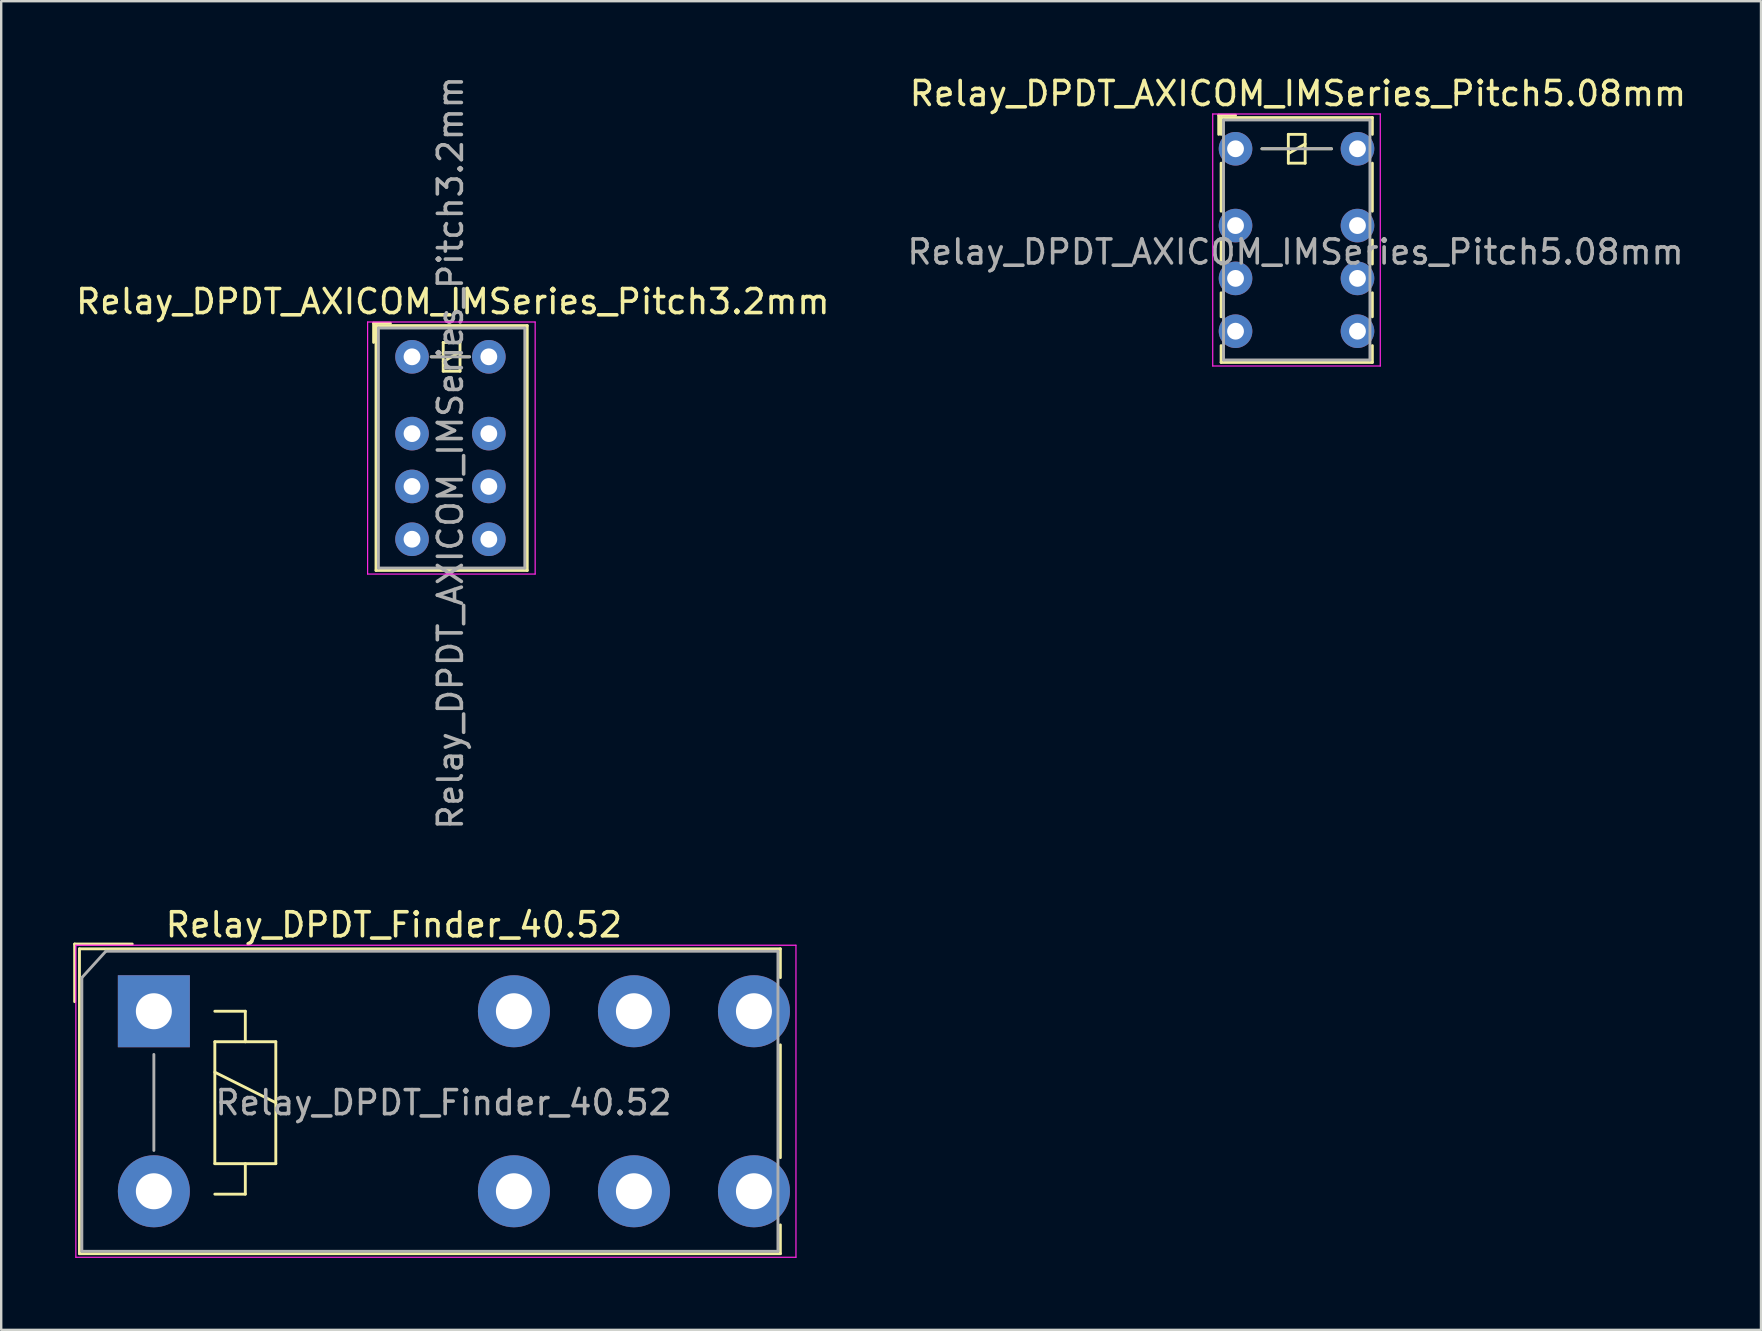
<source format=kicad_pcb>
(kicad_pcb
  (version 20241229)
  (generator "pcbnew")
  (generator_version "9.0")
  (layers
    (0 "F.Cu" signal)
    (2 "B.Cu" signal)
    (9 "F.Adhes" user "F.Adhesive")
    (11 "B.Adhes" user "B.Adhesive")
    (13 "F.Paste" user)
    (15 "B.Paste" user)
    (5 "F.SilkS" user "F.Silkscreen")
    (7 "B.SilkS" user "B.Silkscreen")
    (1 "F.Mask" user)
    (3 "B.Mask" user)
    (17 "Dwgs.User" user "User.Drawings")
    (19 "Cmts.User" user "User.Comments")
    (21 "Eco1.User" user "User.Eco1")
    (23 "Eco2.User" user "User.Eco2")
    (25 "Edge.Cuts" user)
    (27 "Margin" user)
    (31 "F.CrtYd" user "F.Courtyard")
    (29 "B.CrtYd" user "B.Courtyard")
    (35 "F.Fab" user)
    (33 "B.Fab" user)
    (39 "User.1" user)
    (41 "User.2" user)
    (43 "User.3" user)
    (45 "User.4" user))
  (footprint "Relay_DPDT_Finder_40.52"
    (layer "F.Cu")
    (at 3.36 39.079)
    (property "Reference" "Relay_DPDT_Finder_40.52" (at 10 -3.6 0) (layer "F.SilkS") (effects (font (size 1 1) (thickness 0.15))))
    (attr through_hole)
    (fp_line (start -3.3 -0.4) (end -3.3 -2.8) (stroke (width 0.12) (type solid)) (layer "F.SilkS"))
    (fp_line (start -3.1 -2.6) (end 26.1 -2.6) (stroke (width 0.12) (type solid)) (layer "F.SilkS"))
    (fp_line (start -3.1 10.1) (end -3.1 -2.6) (stroke (width 0.12) (type solid)) (layer "F.SilkS"))
    (fp_line (start -0.9 -2.8) (end -3.3 -2.8) (stroke (width 0.12) (type solid)) (layer "F.SilkS"))
    (fp_line (start 2.54 0) (end 3.81 0) (stroke (width 0.12) (type solid)) (layer "F.SilkS"))
    (fp_line (start 2.54 1.27) (end 3.81 1.27) (stroke (width 0.12) (type solid)) (layer "F.SilkS"))
    (fp_line (start 2.54 2.54) (end 5.08 3.81) (stroke (width 0.12) (type solid)) (layer "F.SilkS"))
    (fp_line (start 2.54 6.35) (end 2.54 1.27) (stroke (width 0.12) (type solid)) (layer "F.SilkS"))
    (fp_line (start 3.81 0) (end 3.81 1.27) (stroke (width 0.12) (type solid)) (layer "F.SilkS"))
    (fp_line (start 3.81 1.27) (end 5.08 1.27) (stroke (width 0.12) (type solid)) (layer "F.SilkS"))
    (fp_line (start 3.81 6.35) (end 3.81 7.62) (stroke (width 0.12) (type solid)) (layer "F.SilkS"))
    (fp_line (start 3.81 7.62) (end 2.54 7.62) (stroke (width 0.12) (type solid)) (layer "F.SilkS"))
    (fp_line (start 5.08 1.27) (end 5.08 6.35) (stroke (width 0.12) (type solid)) (layer "F.SilkS"))
    (fp_line (start 5.08 6.35) (end 2.54 6.35) (stroke (width 0.12) (type solid)) (layer "F.SilkS"))
    (fp_line (start 26.1 -2.6) (end 26.1 -1.4) (stroke (width 0.12) (type solid)) (layer "F.SilkS"))
    (fp_line (start 26.1 1.4) (end 26.1 6.1) (stroke (width 0.12) (type solid)) (layer "F.SilkS"))
    (fp_line (start 26.1 8.9) (end 26.1 10.1) (stroke (width 0.12) (type solid)) (layer "F.SilkS"))
    (fp_line (start 26.1 10.1) (end -3.1 10.1) (stroke (width 0.12) (type solid)) (layer "F.SilkS"))
    (fp_line (start -3.25 -2.75) (end -3.25 10.25) (stroke (width 0.05) (type solid)) (layer "F.CrtYd"))
    (fp_line (start -3.25 -2.75) (end 26.75 -2.75) (stroke (width 0.05) (type solid)) (layer "F.CrtYd"))
    (fp_line (start 26.75 10.25) (end -3.25 10.25) (stroke (width 0.05) (type solid)) (layer "F.CrtYd"))
    (fp_line (start 26.75 10.25) (end 26.75 -2.75) (stroke (width 0.05) (type solid)) (layer "F.CrtYd"))
    (fp_line (start -3 -1.4) (end -3 10) (stroke (width 0.12) (type solid)) (layer "F.Fab"))
    (fp_line (start -3 10) (end 26 10) (stroke (width 0.12) (type solid)) (layer "F.Fab"))
    (fp_line (start -2 -2.5) (end -3 -1.4) (stroke (width 0.12) (type solid)) (layer "F.Fab"))
    (fp_line (start 0 1.8) (end 0 5.8) (stroke (width 0.12) (type solid)) (layer "F.Fab"))
    (fp_line (start 26 -2.5) (end -2 -2.5) (stroke (width 0.12) (type solid)) (layer "F.Fab"))
    (fp_line (start 26 10) (end 26 -2.5) (stroke (width 0.12) (type solid)) (layer "F.Fab"))
    (fp_text user "${REFERENCE}" (at 12.065 3.81 0) (layer "F.Fab") (effects (font (size 1 1) (thickness 0.15))))
    (pad "11" thru_hole circle (at 20 0) (size 3 3) (drill 1.5) (layers "*.Cu" "*.Mask"))
    (pad "12" thru_hole circle (at 15 0) (size 3 3) (drill 1.5) (layers "*.Cu" "*.Mask"))
    (pad "14" thru_hole circle (at 25 0) (size 3 3) (drill 1.5) (layers "*.Cu" "*.Mask"))
    (pad "21" thru_hole circle (at 20 7.5) (size 3 3) (drill 1.5) (layers "*.Cu" "*.Mask"))
    (pad "22" thru_hole circle (at 15 7.5) (size 3 3) (drill 1.5) (layers "*.Cu" "*.Mask"))
    (pad "24" thru_hole circle (at 25 7.5) (size 3 3) (drill 1.5) (layers "*.Cu" "*.Mask"))
    (pad "A1" thru_hole rect (at 0 0) (size 3 3) (drill 1.5) (layers "*.Cu" "*.Mask"))
    (pad "A2" thru_hole circle (at 0 7.5) (size 3 3) (drill 1.5) (layers "*.Cu" "*.Mask")))
  (footprint "Relay_DPDT_AXICOM_IMSeries_Pitch5.08mm"
    (layer "F.Cu")
    (at 48.423 3.148)
    (property "Reference" "Relay_DPDT_AXICOM_IMSeries_Pitch5.08mm" (at 2.6 -2.3 0) (layer "F.SilkS") (effects (font (size 1 1) (thickness 0.15))))
    (attr through_hole)
    (fp_line (start -0.7 -1.4) (end 0 -1.4) (stroke (width 0.12) (type solid)) (layer "F.SilkS"))
    (fp_line (start -0.7 -0.6) (end -0.7 -1.4) (stroke (width 0.12) (type solid)) (layer "F.SilkS"))
    (fp_line (start -0.6 -1.3) (end 5.7 -1.3) (stroke (width 0.12) (type solid)) (layer "F.SilkS"))
    (fp_line (start -0.6 -0.6) (end -0.6 -1.3) (stroke (width 0.12) (type solid)) (layer "F.SilkS"))
    (fp_line (start -0.6 2.6) (end -0.6 0.6) (stroke (width 0.12) (type solid)) (layer "F.SilkS"))
    (fp_line (start -0.6 4.8) (end -0.6 3.8) (stroke (width 0.12) (type solid)) (layer "F.SilkS"))
    (fp_line (start -0.6 7) (end -0.6 6) (stroke (width 0.12) (type solid)) (layer "F.SilkS"))
    (fp_line (start -0.6 8.2) (end -0.6 8.9) (stroke (width 0.12) (type solid)) (layer "F.SilkS"))
    (fp_line (start 2.2 -0.6) (end 2.2 0.6) (stroke (width 0.12) (type solid)) (layer "F.SilkS"))
    (fp_line (start 2.2 0) (end 1.1 0) (stroke (width 0.12) (type solid)) (layer "F.SilkS"))
    (fp_line (start 2.2 0.2) (end 2.9 -0.2) (stroke (width 0.12) (type solid)) (layer "F.SilkS"))
    (fp_line (start 2.2 0.6) (end 2.9 0.6) (stroke (width 0.12) (type solid)) (layer "F.SilkS"))
    (fp_line (start 2.9 -0.6) (end 2.2 -0.6) (stroke (width 0.12) (type solid)) (layer "F.SilkS"))
    (fp_line (start 2.9 0) (end 4 0) (stroke (width 0.12) (type solid)) (layer "F.SilkS"))
    (fp_line (start 2.9 0.6) (end 2.9 -0.6) (stroke (width 0.12) (type solid)) (layer "F.SilkS"))
    (fp_line (start 5.7 -1.3) (end 5.7 -0.6) (stroke (width 0.12) (type solid)) (layer "F.SilkS"))
    (fp_line (start 5.7 0.6) (end 5.7 2.6) (stroke (width 0.12) (type solid)) (layer "F.SilkS"))
    (fp_line (start 5.7 3.8) (end 5.7 4.8) (stroke (width 0.12) (type solid)) (layer "F.SilkS"))
    (fp_line (start 5.7 6) (end 5.7 7) (stroke (width 0.12) (type solid)) (layer "F.SilkS"))
    (fp_line (start 5.7 8.2) (end 5.7 8.9) (stroke (width 0.12) (type solid)) (layer "F.SilkS"))
    (fp_line (start 5.7 8.9) (end -0.6 8.9) (stroke (width 0.12) (type solid)) (layer "F.SilkS"))
    (fp_line (start -0.95 -1.45) (end -0.95 9.05) (stroke (width 0.05) (type solid)) (layer "F.CrtYd"))
    (fp_line (start -0.95 -1.45) (end 6.03 -1.45) (stroke (width 0.05) (type solid)) (layer "F.CrtYd"))
    (fp_line (start 6.03 9.05) (end -0.95 9.05) (stroke (width 0.05) (type solid)) (layer "F.CrtYd"))
    (fp_line (start 6.03 9.05) (end 6.03 -1.45) (stroke (width 0.05) (type solid)) (layer "F.CrtYd"))
    (fp_line (start -0.5 -1.2) (end -0.5 8.8) (stroke (width 0.12) (type solid)) (layer "F.Fab"))
    (fp_line (start -0.5 8.8) (end 5.6 8.8) (stroke (width 0.12) (type solid)) (layer "F.Fab"))
    (fp_line (start 1.1 0) (end 4 0) (stroke (width 0.12) (type solid)) (layer "F.Fab"))
    (fp_line (start 5.6 -1.2) (end -0.5 -1.2) (stroke (width 0.12) (type solid)) (layer "F.Fab"))
    (fp_line (start 5.6 8.8) (end 5.6 -1.2) (stroke (width 0.12) (type solid)) (layer "F.Fab"))
    (fp_text user "${REFERENCE}" (at 2.5 4.3 0) (layer "F.Fab") (effects (font (size 1 1) (thickness 0.15))))
    (pad "1" thru_hole circle (at 0 0) (size 1.4 1.4) (drill 0.7) (layers "*.Cu" "*.Mask"))
    (pad "2" thru_hole circle (at 0 3.2) (size 1.4 1.4) (drill 0.7) (layers "*.Cu" "*.Mask"))
    (pad "3" thru_hole circle (at 0 5.4) (size 1.4 1.4) (drill 0.7) (layers "*.Cu" "*.Mask"))
    (pad "4" thru_hole circle (at 0 7.6) (size 1.4 1.4) (drill 0.7) (layers "*.Cu" "*.Mask"))
    (pad "5" thru_hole circle (at 5.08 7.6) (size 1.4 1.4) (drill 0.7) (layers "*.Cu" "*.Mask"))
    (pad "6" thru_hole circle (at 5.08 5.4) (size 1.4 1.4) (drill 0.7) (layers "*.Cu" "*.Mask"))
    (pad "7" thru_hole circle (at 5.08 3.2) (size 1.4 1.4) (drill 0.7) (layers "*.Cu" "*.Mask"))
    (pad "8" thru_hole circle (at 5.08 0) (size 1.4 1.4) (drill 0.7) (layers "*.Cu" "*.Mask")))
  (footprint "Relay_DPDT_AXICOM_IMSeries_Pitch3.2mm"
    (layer "F.Cu")
    (at 14.115 11.815)
    (property "Reference" "Relay_DPDT_AXICOM_IMSeries_Pitch3.2mm" (at 1.7 -2.3 0) (layer "F.SilkS") (effects (font (size 1 1) (thickness 0.15))))
    (attr through_hole)
    (fp_line (start -1.6 -1.4) (end -0.9 -1.4) (stroke (width 0.12) (type solid)) (layer "F.SilkS"))
    (fp_line (start -1.6 -0.6) (end -1.6 -1.4) (stroke (width 0.12) (type solid)) (layer "F.SilkS"))
    (fp_line (start -1.5 -1.3) (end 4.8 -1.3) (stroke (width 0.12) (type solid)) (layer "F.SilkS"))
    (fp_line (start -1.5 8.9) (end -1.5 -1.3) (stroke (width 0.12) (type solid)) (layer "F.SilkS"))
    (fp_line (start 1.3 -0.6) (end 1.3 0.6) (stroke (width 0.12) (type solid)) (layer "F.SilkS"))
    (fp_line (start 1.3 0) (end 0.8 0) (stroke (width 0.12) (type solid)) (layer "F.SilkS"))
    (fp_line (start 1.3 0.2) (end 2 -0.2) (stroke (width 0.12) (type solid)) (layer "F.SilkS"))
    (fp_line (start 1.3 0.6) (end 2 0.6) (stroke (width 0.12) (type solid)) (layer "F.SilkS"))
    (fp_line (start 2 -0.6) (end 1.3 -0.6) (stroke (width 0.12) (type solid)) (layer "F.SilkS"))
    (fp_line (start 2 0) (end 2.4 0) (stroke (width 0.12) (type solid)) (layer "F.SilkS"))
    (fp_line (start 2 0.6) (end 2 -0.6) (stroke (width 0.12) (type solid)) (layer "F.SilkS"))
    (fp_line (start 4.8 -1.3) (end 4.8 8.9) (stroke (width 0.12) (type solid)) (layer "F.SilkS"))
    (fp_line (start 4.8 8.9) (end -1.5 8.9) (stroke (width 0.12) (type solid)) (layer "F.SilkS"))
    (fp_line (start -1.85 -1.45) (end -1.85 9.05) (stroke (width 0.05) (type solid)) (layer "F.CrtYd"))
    (fp_line (start -1.85 -1.45) (end 5.13 -1.45) (stroke (width 0.05) (type solid)) (layer "F.CrtYd"))
    (fp_line (start 5.13 9.05) (end -1.85 9.05) (stroke (width 0.05) (type solid)) (layer "F.CrtYd"))
    (fp_line (start 5.13 9.05) (end 5.13 -1.45) (stroke (width 0.05) (type solid)) (layer "F.CrtYd"))
    (fp_line (start -1.4 -1.2) (end -1.4 8.8) (stroke (width 0.12) (type solid)) (layer "F.Fab"))
    (fp_line (start -1.4 8.8) (end 4.7 8.8) (stroke (width 0.12) (type solid)) (layer "F.Fab"))
    (fp_line (start 0.8 0) (end 2.4 0) (stroke (width 0.12) (type solid)) (layer "F.Fab"))
    (fp_line (start 4.7 -1.2) (end -1.4 -1.2) (stroke (width 0.12) (type solid)) (layer "F.Fab"))
    (fp_line (start 4.7 8.8) (end 4.7 -1.2) (stroke (width 0.12) (type solid)) (layer "F.Fab"))
    (fp_text user "${REFERENCE}" (at 1.6 4 90) (layer "F.Fab") (effects (font (size 1 1) (thickness 0.15))))
    (pad "1" thru_hole circle (at 0 0) (size 1.4 1.4) (drill 0.7) (layers "*.Cu" "*.Mask"))
    (pad "2" thru_hole circle (at 0 3.2) (size 1.4 1.4) (drill 0.7) (layers "*.Cu" "*.Mask"))
    (pad "3" thru_hole circle (at 0 5.4) (size 1.4 1.4) (drill 0.7) (layers "*.Cu" "*.Mask"))
    (pad "4" thru_hole circle (at 0 7.6) (size 1.4 1.4) (drill 0.7) (layers "*.Cu" "*.Mask"))
    (pad "5" thru_hole circle (at 3.2 7.6) (size 1.4 1.4) (drill 0.7) (layers "*.Cu" "*.Mask"))
    (pad "6" thru_hole circle (at 3.2 5.4) (size 1.4 1.4) (drill 0.7) (layers "*.Cu" "*.Mask"))
    (pad "7" thru_hole circle (at 3.2 3.2) (size 1.4 1.4) (drill 0.7) (layers "*.Cu" "*.Mask"))
    (pad "8" thru_hole circle (at 3.2 0) (size 1.4 1.4) (drill 0.7) (layers "*.Cu" "*.Mask")))
  (gr_rect
    (start -3 -3)
    (end 70.314 52.354)
    (stroke (width 0.1) (type default))
    (fill no)
    (layer "Edge.Cuts")))
</source>
